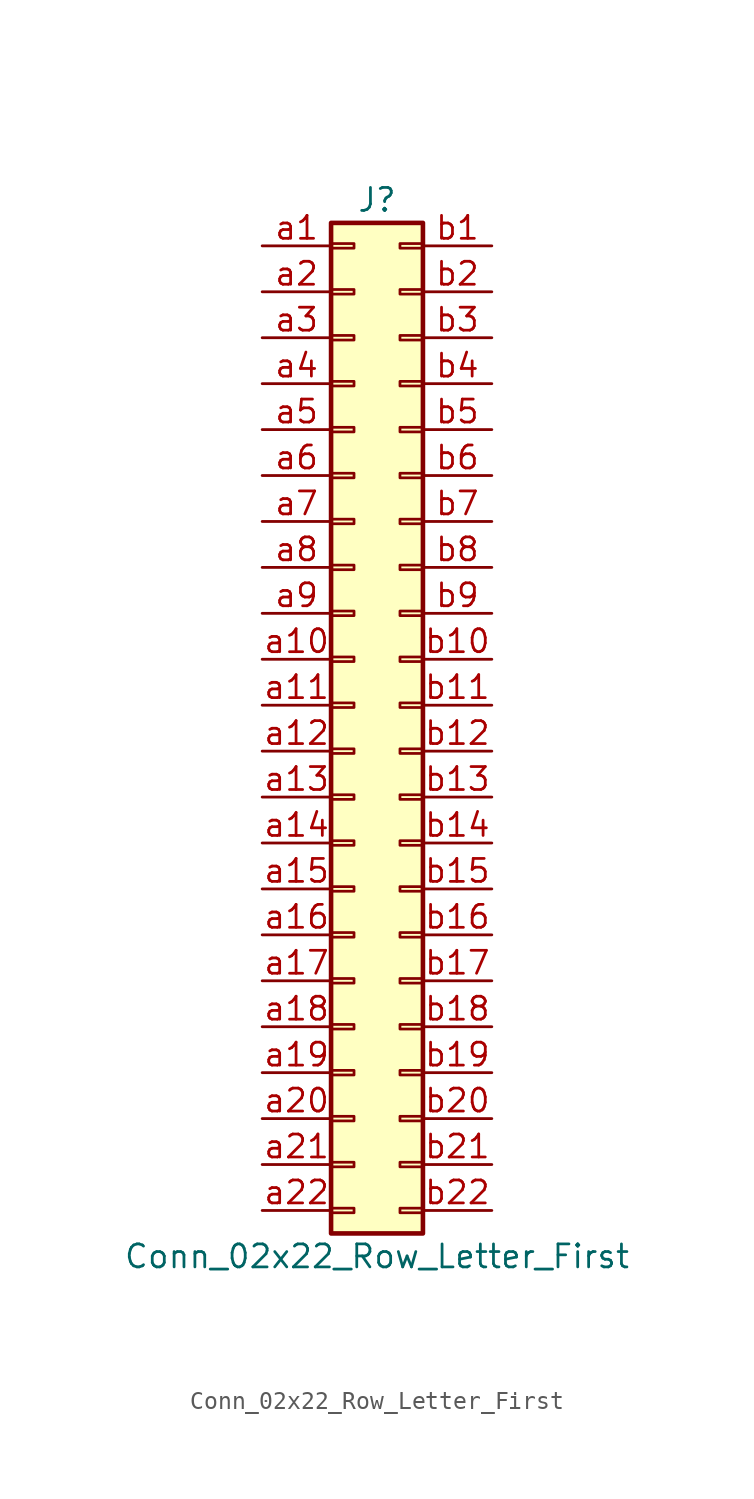
<source format=kicad_sym>
(kicad_symbol_lib
  (version 20220914)
  (generator kicad_symbol_editor)
  (symbol "Conn_02x22_Row_Letter_First"
    (pin_names
      (offset 1.016) hide)
    (property "Reference" "J"
      (at 1.27 27.94 0)
      (effects (font (size 1.27 1.27))))
    (property "Value" "Conn_02x22_Row_Letter_First"
      (at 1.27 -30.48 0)
      (effects (font (size 1.27 1.27))))
    (symbol "Conn_02x22_Row_Letter_First_1_1"
      (rectangle (start -1.27 -27.813) (end 0 -28.067) (stroke (width 0.152) (type solid)) (fill (type none)))
      (rectangle (start -1.27 -25.273) (end 0 -25.527) (stroke (width 0.152) (type solid)) (fill (type none)))
      (rectangle (start -1.27 -22.733) (end 0 -22.987) (stroke (width 0.152) (type solid)) (fill (type none)))
      (rectangle (start -1.27 -20.193) (end 0 -20.447) (stroke (width 0.152) (type solid)) (fill (type none)))
      (rectangle (start -1.27 -17.653) (end 0 -17.907) (stroke (width 0.152) (type solid)) (fill (type none)))
      (rectangle (start -1.27 -15.113) (end 0 -15.367) (stroke (width 0.152) (type solid)) (fill (type none)))
      (rectangle (start -1.27 -12.573) (end 0 -12.827) (stroke (width 0.152) (type solid)) (fill (type none)))
      (rectangle (start -1.27 -10.033) (end 0 -10.287) (stroke (width 0.152) (type solid)) (fill (type none)))
      (rectangle (start -1.27 -7.493) (end 0 -7.747) (stroke (width 0.152) (type solid)) (fill (type none)))
      (rectangle (start -1.27 -4.953) (end 0 -5.207) (stroke (width 0.152) (type solid)) (fill (type none)))
      (rectangle (start -1.27 -2.413) (end 0 -2.667) (stroke (width 0.152) (type solid)) (fill (type none)))
      (rectangle (start -1.27 0.127) (end 0 -0.127) (stroke (width 0.152) (type solid)) (fill (type none)))
      (rectangle (start -1.27 2.667) (end 0 2.413) (stroke (width 0.152) (type solid)) (fill (type none)))
      (rectangle (start -1.27 5.207) (end 0 4.953) (stroke (width 0.152) (type solid)) (fill (type none)))
      (rectangle (start -1.27 7.747) (end 0 7.493) (stroke (width 0.152) (type solid)) (fill (type none)))
      (rectangle (start -1.27 10.287) (end 0 10.033) (stroke (width 0.152) (type solid)) (fill (type none)))
      (rectangle (start -1.27 12.827) (end 0 12.573) (stroke (width 0.152) (type solid)) (fill (type none)))
      (rectangle (start -1.27 15.367) (end 0 15.113) (stroke (width 0.152) (type solid)) (fill (type none)))
      (rectangle (start -1.27 17.907) (end 0 17.653) (stroke (width 0.152) (type solid)) (fill (type none)))
      (rectangle (start -1.27 20.447) (end 0 20.193) (stroke (width 0.152) (type solid)) (fill (type none)))
      (rectangle (start -1.27 22.987) (end 0 22.733) (stroke (width 0.152) (type solid)) (fill (type none)))
      (rectangle (start -1.27 25.527) (end 0 25.273) (stroke (width 0.152) (type solid)) (fill (type none)))
      (rectangle (start -1.27 26.67) (end 3.81 -29.21) (stroke (width 0.254) (type solid)) (fill (type background)))
      (rectangle (start 3.81 -27.813) (end 2.54 -28.067) (stroke (width 0.152) (type solid)) (fill (type none)))
      (rectangle (start 3.81 -25.273) (end 2.54 -25.527) (stroke (width 0.152) (type solid)) (fill (type none)))
      (rectangle (start 3.81 -22.733) (end 2.54 -22.987) (stroke (width 0.152) (type solid)) (fill (type none)))
      (rectangle (start 3.81 -20.193) (end 2.54 -20.447) (stroke (width 0.152) (type solid)) (fill (type none)))
      (rectangle (start 3.81 -17.653) (end 2.54 -17.907) (stroke (width 0.152) (type solid)) (fill (type none)))
      (rectangle (start 3.81 -15.113) (end 2.54 -15.367) (stroke (width 0.152) (type solid)) (fill (type none)))
      (rectangle (start 3.81 -12.573) (end 2.54 -12.827) (stroke (width 0.152) (type solid)) (fill (type none)))
      (rectangle (start 3.81 -10.033) (end 2.54 -10.287) (stroke (width 0.152) (type solid)) (fill (type none)))
      (rectangle (start 3.81 -7.493) (end 2.54 -7.747) (stroke (width 0.152) (type solid)) (fill (type none)))
      (rectangle (start 3.81 -4.953) (end 2.54 -5.207) (stroke (width 0.152) (type solid)) (fill (type none)))
      (rectangle (start 3.81 -2.413) (end 2.54 -2.667) (stroke (width 0.152) (type solid)) (fill (type none)))
      (rectangle (start 3.81 0.127) (end 2.54 -0.127) (stroke (width 0.152) (type solid)) (fill (type none)))
      (rectangle (start 3.81 2.667) (end 2.54 2.413) (stroke (width 0.152) (type solid)) (fill (type none)))
      (rectangle (start 3.81 5.207) (end 2.54 4.953) (stroke (width 0.152) (type solid)) (fill (type none)))
      (rectangle (start 3.81 7.747) (end 2.54 7.493) (stroke (width 0.152) (type solid)) (fill (type none)))
      (rectangle (start 3.81 10.287) (end 2.54 10.033) (stroke (width 0.152) (type solid)) (fill (type none)))
      (rectangle (start 3.81 12.827) (end 2.54 12.573) (stroke (width 0.152) (type solid)) (fill (type none)))
      (rectangle (start 3.81 15.367) (end 2.54 15.113) (stroke (width 0.152) (type solid)) (fill (type none)))
      (rectangle (start 3.81 17.907) (end 2.54 17.653) (stroke (width 0.152) (type solid)) (fill (type none)))
      (rectangle (start 3.81 20.447) (end 2.54 20.193) (stroke (width 0.152) (type solid)) (fill (type none)))
      (rectangle (start 3.81 22.987) (end 2.54 22.733) (stroke (width 0.152) (type solid)) (fill (type none)))
      (rectangle (start 3.81 25.527) (end 2.54 25.273) (stroke (width 0.152) (type solid)) (fill (type none)))
      (pin passive line (at -5.08 25.4 0) (length 3.81) (name "Pin_a1" (effects (font (size 1.27 1.27)))) (number "a1" (effects (font (size 1.27 1.27)))))
      (pin passive line (at -5.08 2.54 0) (length 3.81) (name "Pin_a10" (effects (font (size 1.27 1.27)))) (number "a10" (effects (font (size 1.27 1.27)))))
      (pin passive line (at -5.08 0 0) (length 3.81) (name "Pin_a11" (effects (font (size 1.27 1.27)))) (number "a11" (effects (font (size 1.27 1.27)))))
      (pin passive line (at -5.08 -2.54 0) (length 3.81) (name "Pin_a12" (effects (font (size 1.27 1.27)))) (number "a12" (effects (font (size 1.27 1.27)))))
      (pin passive line (at -5.08 -5.08 0) (length 3.81) (name "Pin_a13" (effects (font (size 1.27 1.27)))) (number "a13" (effects (font (size 1.27 1.27)))))
      (pin passive line (at -5.08 -7.62 0) (length 3.81) (name "Pin_a14" (effects (font (size 1.27 1.27)))) (number "a14" (effects (font (size 1.27 1.27)))))
      (pin passive line (at -5.08 -10.16 0) (length 3.81) (name "Pin_a15" (effects (font (size 1.27 1.27)))) (number "a15" (effects (font (size 1.27 1.27)))))
      (pin passive line (at -5.08 -12.7 0) (length 3.81) (name "Pin_a16" (effects (font (size 1.27 1.27)))) (number "a16" (effects (font (size 1.27 1.27)))))
      (pin passive line (at -5.08 -15.24 0) (length 3.81) (name "Pin_a17" (effects (font (size 1.27 1.27)))) (number "a17" (effects (font (size 1.27 1.27)))))
      (pin passive line (at -5.08 -17.78 0) (length 3.81) (name "Pin_a18" (effects (font (size 1.27 1.27)))) (number "a18" (effects (font (size 1.27 1.27)))))
      (pin passive line (at -5.08 -20.32 0) (length 3.81) (name "Pin_a19" (effects (font (size 1.27 1.27)))) (number "a19" (effects (font (size 1.27 1.27)))))
      (pin passive line (at -5.08 22.86 0) (length 3.81) (name "Pin_a2" (effects (font (size 1.27 1.27)))) (number "a2" (effects (font (size 1.27 1.27)))))
      (pin passive line (at -5.08 -22.86 0) (length 3.81) (name "Pin_a20" (effects (font (size 1.27 1.27)))) (number "a20" (effects (font (size 1.27 1.27)))))
      (pin passive line (at -5.08 -25.4 0) (length 3.81) (name "Pin_a21" (effects (font (size 1.27 1.27)))) (number "a21" (effects (font (size 1.27 1.27)))))
      (pin passive line (at -5.08 -27.94 0) (length 3.81) (name "Pin_a22" (effects (font (size 1.27 1.27)))) (number "a22" (effects (font (size 1.27 1.27)))))
      (pin passive line (at -5.08 20.32 0) (length 3.81) (name "Pin_a3" (effects (font (size 1.27 1.27)))) (number "a3" (effects (font (size 1.27 1.27)))))
      (pin passive line (at -5.08 17.78 0) (length 3.81) (name "Pin_a4" (effects (font (size 1.27 1.27)))) (number "a4" (effects (font (size 1.27 1.27)))))
      (pin passive line (at -5.08 15.24 0) (length 3.81) (name "Pin_a5" (effects (font (size 1.27 1.27)))) (number "a5" (effects (font (size 1.27 1.27)))))
      (pin passive line (at -5.08 12.7 0) (length 3.81) (name "Pin_a6" (effects (font (size 1.27 1.27)))) (number "a6" (effects (font (size 1.27 1.27)))))
      (pin passive line (at -5.08 10.16 0) (length 3.81) (name "Pin_a7" (effects (font (size 1.27 1.27)))) (number "a7" (effects (font (size 1.27 1.27)))))
      (pin passive line (at -5.08 7.62 0) (length 3.81) (name "Pin_a8" (effects (font (size 1.27 1.27)))) (number "a8" (effects (font (size 1.27 1.27)))))
      (pin passive line (at -5.08 5.08 0) (length 3.81) (name "Pin_a9" (effects (font (size 1.27 1.27)))) (number "a9" (effects (font (size 1.27 1.27)))))
      (pin passive line (at 7.62 25.4 180) (length 3.81) (name "Pin_b1" (effects (font (size 1.27 1.27)))) (number "b1" (effects (font (size 1.27 1.27)))))
      (pin passive line (at 7.62 2.54 180) (length 3.81) (name "Pin_b10" (effects (font (size 1.27 1.27)))) (number "b10" (effects (font (size 1.27 1.27)))))
      (pin passive line (at 7.62 0 180) (length 3.81) (name "Pin_b11" (effects (font (size 1.27 1.27)))) (number "b11" (effects (font (size 1.27 1.27)))))
      (pin passive line (at 7.62 -2.54 180) (length 3.81) (name "Pin_b12" (effects (font (size 1.27 1.27)))) (number "b12" (effects (font (size 1.27 1.27)))))
      (pin passive line (at 7.62 -5.08 180) (length 3.81) (name "Pin_b13" (effects (font (size 1.27 1.27)))) (number "b13" (effects (font (size 1.27 1.27)))))
      (pin passive line (at 7.62 -7.62 180) (length 3.81) (name "Pin_b14" (effects (font (size 1.27 1.27)))) (number "b14" (effects (font (size 1.27 1.27)))))
      (pin passive line (at 7.62 -10.16 180) (length 3.81) (name "Pin_b15" (effects (font (size 1.27 1.27)))) (number "b15" (effects (font (size 1.27 1.27)))))
      (pin passive line (at 7.62 -12.7 180) (length 3.81) (name "Pin_b16" (effects (font (size 1.27 1.27)))) (number "b16" (effects (font (size 1.27 1.27)))))
      (pin passive line (at 7.62 -15.24 180) (length 3.81) (name "Pin_b17" (effects (font (size 1.27 1.27)))) (number "b17" (effects (font (size 1.27 1.27)))))
      (pin passive line (at 7.62 -17.78 180) (length 3.81) (name "Pin_b18" (effects (font (size 1.27 1.27)))) (number "b18" (effects (font (size 1.27 1.27)))))
      (pin passive line (at 7.62 -20.32 180) (length 3.81) (name "Pin_b19" (effects (font (size 1.27 1.27)))) (number "b19" (effects (font (size 1.27 1.27)))))
      (pin passive line (at 7.62 22.86 180) (length 3.81) (name "Pin_b2" (effects (font (size 1.27 1.27)))) (number "b2" (effects (font (size 1.27 1.27)))))
      (pin passive line (at 7.62 -22.86 180) (length 3.81) (name "Pin_b20" (effects (font (size 1.27 1.27)))) (number "b20" (effects (font (size 1.27 1.27)))))
      (pin passive line (at 7.62 -25.4 180) (length 3.81) (name "Pin_b21" (effects (font (size 1.27 1.27)))) (number "b21" (effects (font (size 1.27 1.27)))))
      (pin passive line (at 7.62 -27.94 180) (length 3.81) (name "Pin_b22" (effects (font (size 1.27 1.27)))) (number "b22" (effects (font (size 1.27 1.27)))))
      (pin passive line (at 7.62 20.32 180) (length 3.81) (name "Pin_b3" (effects (font (size 1.27 1.27)))) (number "b3" (effects (font (size 1.27 1.27)))))
      (pin passive line (at 7.62 17.78 180) (length 3.81) (name "Pin_b4" (effects (font (size 1.27 1.27)))) (number "b4" (effects (font (size 1.27 1.27)))))
      (pin passive line (at 7.62 15.24 180) (length 3.81) (name "Pin_b5" (effects (font (size 1.27 1.27)))) (number "b5" (effects (font (size 1.27 1.27)))))
      (pin passive line (at 7.62 12.7 180) (length 3.81) (name "Pin_b6" (effects (font (size 1.27 1.27)))) (number "b6" (effects (font (size 1.27 1.27)))))
      (pin passive line (at 7.62 10.16 180) (length 3.81) (name "Pin_b7" (effects (font (size 1.27 1.27)))) (number "b7" (effects (font (size 1.27 1.27)))))
      (pin passive line (at 7.62 7.62 180) (length 3.81) (name "Pin_b8" (effects (font (size 1.27 1.27)))) (number "b8" (effects (font (size 1.27 1.27)))))
      (pin passive line (at 7.62 5.08 180) (length 3.81) (name "Pin_b9" (effects (font (size 1.27 1.27)))) (number "b9" (effects (font (size 1.27 1.27))))))))
</source>
